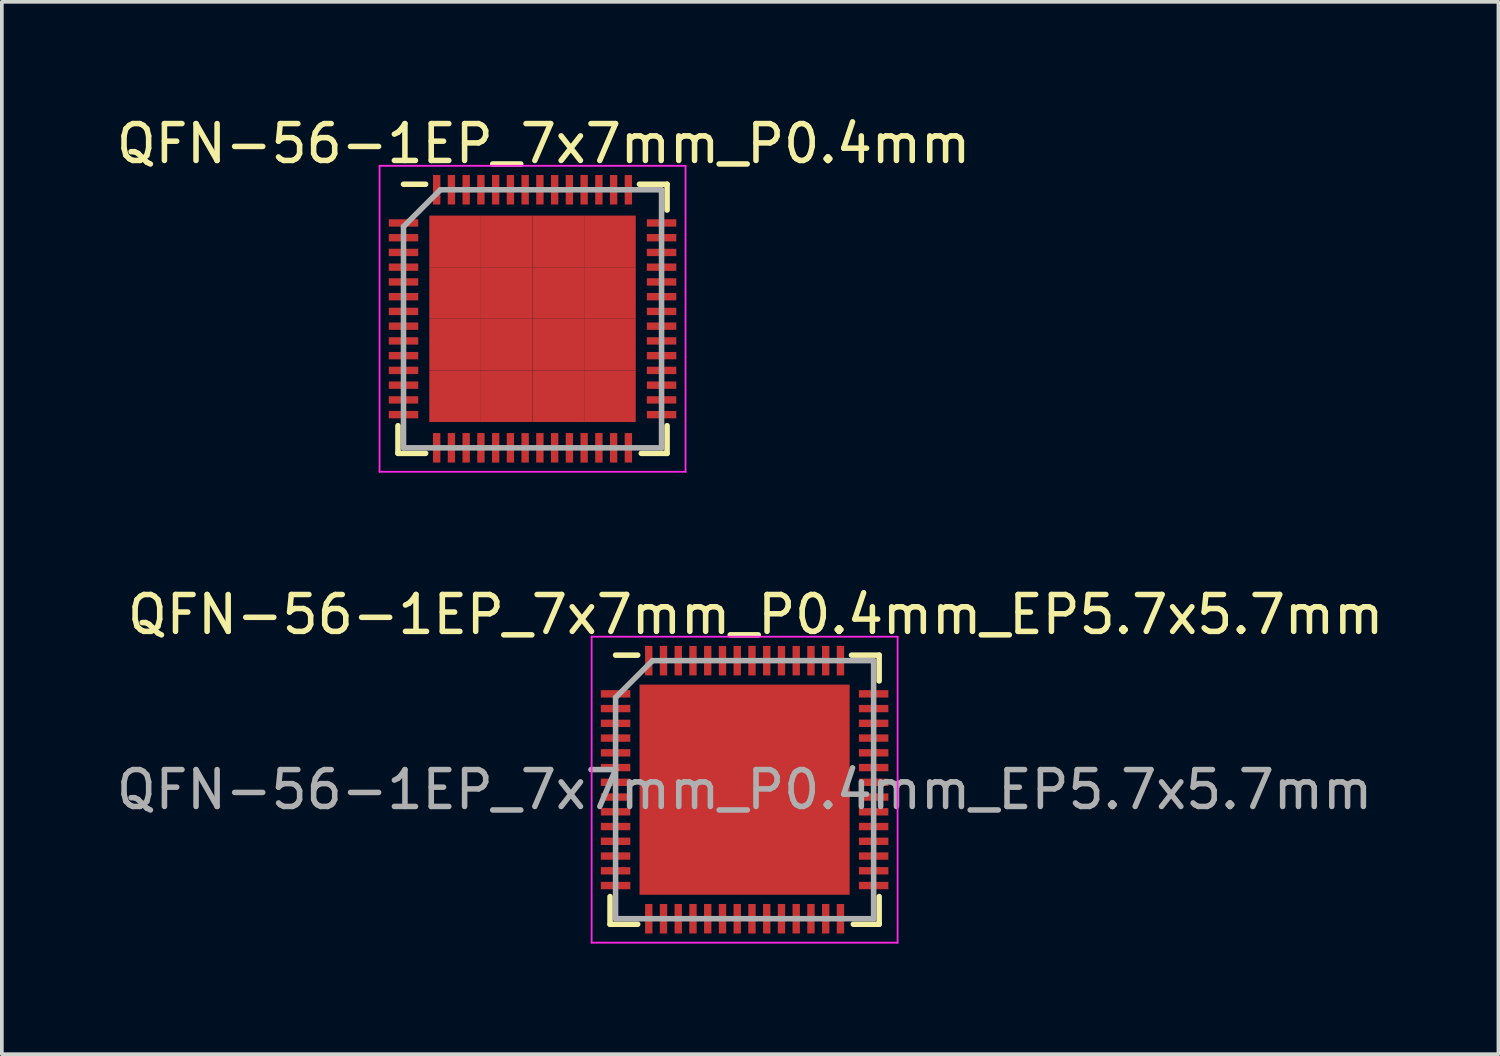
<source format=kicad_pcb>
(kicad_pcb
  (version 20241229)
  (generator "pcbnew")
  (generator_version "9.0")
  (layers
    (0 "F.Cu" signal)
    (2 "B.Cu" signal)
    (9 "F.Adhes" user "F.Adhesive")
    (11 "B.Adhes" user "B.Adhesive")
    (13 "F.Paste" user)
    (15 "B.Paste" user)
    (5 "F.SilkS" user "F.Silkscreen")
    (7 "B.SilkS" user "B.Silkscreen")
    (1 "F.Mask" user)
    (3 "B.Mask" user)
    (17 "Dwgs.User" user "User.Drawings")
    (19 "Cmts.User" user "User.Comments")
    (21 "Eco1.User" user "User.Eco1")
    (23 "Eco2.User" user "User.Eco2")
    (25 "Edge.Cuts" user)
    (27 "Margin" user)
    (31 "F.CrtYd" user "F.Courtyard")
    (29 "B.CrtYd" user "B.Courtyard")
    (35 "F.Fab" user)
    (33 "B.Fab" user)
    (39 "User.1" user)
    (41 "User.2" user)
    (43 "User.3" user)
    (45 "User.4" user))
  (footprint "QFN-56-1EP_7x7mm_P0.4mm_EP5.7x5.7mm"
    (layer "F.Cu")
    (at 17.149 18.372)
    (property "Reference" "QFN-56-1EP_7x7mm_P0.4mm_EP5.7x5.7mm" (at 0.3 -4.75 0) (layer "F.SilkS") (effects (font (size 1 1) (thickness 0.15))))
    (attr smd)
    (fp_line (start -3.65 2.9) (end -3.65 3.65) (stroke (width 0.15) (type solid)) (layer "F.SilkS"))
    (fp_line (start -3.65 3.65) (end -2.9 3.65) (stroke (width 0.15) (type solid)) (layer "F.SilkS"))
    (fp_line (start -3.5 -3.65) (end -2.9 -3.65) (stroke (width 0.15) (type solid)) (layer "F.SilkS"))
    (fp_line (start 3.65 -3.65) (end 2.9 -3.65) (stroke (width 0.15) (type solid)) (layer "F.SilkS"))
    (fp_line (start 3.65 -3.65) (end 3.65 -2.95) (stroke (width 0.15) (type solid)) (layer "F.SilkS"))
    (fp_line (start 3.65 2.9) (end 3.65 3.65) (stroke (width 0.15) (type solid)) (layer "F.SilkS"))
    (fp_line (start 3.65 3.65) (end 2.95 3.65) (stroke (width 0.15) (type solid)) (layer "F.SilkS"))
    (fp_line (start -4.15 -4.15) (end -4.15 4.15) (stroke (width 0.05) (type solid)) (layer "F.CrtYd"))
    (fp_line (start -4.15 -4.15) (end 4.15 -4.15) (stroke (width 0.05) (type solid)) (layer "F.CrtYd"))
    (fp_line (start -4.15 4.15) (end 4.15 4.15) (stroke (width 0.05) (type solid)) (layer "F.CrtYd"))
    (fp_line (start 4.15 -4.15) (end 4.15 4.15) (stroke (width 0.05) (type solid)) (layer "F.CrtYd"))
    (fp_line (start -3.5 -2.5) (end -2.5 -3.5) (stroke (width 0.15) (type solid)) (layer "F.Fab"))
    (fp_line (start -3.5 3.5) (end -3.5 -2.5) (stroke (width 0.15) (type solid)) (layer "F.Fab"))
    (fp_line (start -2.5 -3.5) (end 3.5 -3.5) (stroke (width 0.15) (type solid)) (layer "F.Fab"))
    (fp_line (start 3.5 -3.5) (end 3.5 3.5) (stroke (width 0.15) (type solid)) (layer "F.Fab"))
    (fp_line (start 3.5 3.5) (end -3.5 3.5) (stroke (width 0.15) (type solid)) (layer "F.Fab"))
    (fp_text user "${REFERENCE}" (at 0 0 0) (layer "F.Fab") (effects (font (size 1 1) (thickness 0.15))))
    (pad "" smd rect (at -2.24 -2.24) (size 0.9 0.9) (layers "F.Paste"))
    (pad "" smd rect (at -2.24 -1.12) (size 0.9 0.9) (layers "F.Paste"))
    (pad "" smd rect (at -2.24 0) (size 0.9 0.9) (layers "F.Paste"))
    (pad "" smd rect (at -2.24 1.12) (size 0.9 0.9) (layers "F.Paste"))
    (pad "" smd rect (at -2.24 2.24) (size 0.9 0.9) (layers "F.Paste"))
    (pad "" smd rect (at -1.12 -2.24) (size 0.9 0.9) (layers "F.Paste"))
    (pad "" smd rect (at -1.12 -1.12) (size 0.9 0.9) (layers "F.Paste"))
    (pad "" smd rect (at -1.12 0) (size 0.9 0.9) (layers "F.Paste"))
    (pad "" smd rect (at -1.12 1.12) (size 0.9 0.9) (layers "F.Paste"))
    (pad "" smd rect (at -1.12 2.24) (size 0.9 0.9) (layers "F.Paste"))
    (pad "" smd rect (at 0 -2.24) (size 0.9 0.9) (layers "F.Paste"))
    (pad "" smd rect (at 0 -1.12) (size 0.9 0.9) (layers "F.Paste"))
    (pad "" smd rect (at 0 0) (size 0.9 0.9) (layers "F.Paste"))
    (pad "" smd rect (at 0 1.12) (size 0.9 0.9) (layers "F.Paste"))
    (pad "" smd rect (at 0 2.24) (size 0.9 0.9) (layers "F.Paste"))
    (pad "" smd rect (at 1.12 -2.24) (size 0.9 0.9) (layers "F.Paste"))
    (pad "" smd rect (at 1.12 -1.12) (size 0.9 0.9) (layers "F.Paste"))
    (pad "" smd rect (at 1.12 0) (size 0.9 0.9) (layers "F.Paste"))
    (pad "" smd rect (at 1.12 1.12) (size 0.9 0.9) (layers "F.Paste"))
    (pad "" smd rect (at 1.12 2.24) (size 0.9 0.9) (layers "F.Paste"))
    (pad "" smd rect (at 2.24 -2.24) (size 0.9 0.9) (layers "F.Paste"))
    (pad "" smd rect (at 2.24 -1.12) (size 0.9 0.9) (layers "F.Paste"))
    (pad "" smd rect (at 2.24 0) (size 0.9 0.9) (layers "F.Paste"))
    (pad "" smd rect (at 2.24 1.12) (size 0.9 0.9) (layers "F.Paste"))
    (pad "" smd rect (at 2.24 2.24) (size 0.9 0.9) (layers "F.Paste"))
    (pad "1" smd rect (at -3.5 -2.6) (size 0.8 0.2) (layers "F.Cu" "F.Mask" "F.Paste"))
    (pad "2" smd rect (at -3.5 -2.2) (size 0.8 0.2) (layers "F.Cu" "F.Mask" "F.Paste"))
    (pad "3" smd rect (at -3.5 -1.8) (size 0.8 0.2) (layers "F.Cu" "F.Mask" "F.Paste"))
    (pad "4" smd rect (at -3.5 -1.4) (size 0.8 0.2) (layers "F.Cu" "F.Mask" "F.Paste"))
    (pad "5" smd rect (at -3.5 -1) (size 0.8 0.2) (layers "F.Cu" "F.Mask" "F.Paste"))
    (pad "6" smd rect (at -3.5 -0.6) (size 0.8 0.2) (layers "F.Cu" "F.Mask" "F.Paste"))
    (pad "7" smd rect (at -3.5 -0.2) (size 0.8 0.2) (layers "F.Cu" "F.Mask" "F.Paste"))
    (pad "8" smd rect (at -3.5 0.2) (size 0.8 0.2) (layers "F.Cu" "F.Mask" "F.Paste"))
    (pad "9" smd rect (at -3.5 0.6) (size 0.8 0.2) (layers "F.Cu" "F.Mask" "F.Paste"))
    (pad "10" smd rect (at -3.5 1) (size 0.8 0.2) (layers "F.Cu" "F.Mask" "F.Paste"))
    (pad "11" smd rect (at -3.5 1.4) (size 0.8 0.2) (layers "F.Cu" "F.Mask" "F.Paste"))
    (pad "12" smd rect (at -3.5 1.8) (size 0.8 0.2) (layers "F.Cu" "F.Mask" "F.Paste"))
    (pad "13" smd rect (at -3.5 2.2) (size 0.8 0.2) (layers "F.Cu" "F.Mask" "F.Paste"))
    (pad "14" smd rect (at -3.5 2.6) (size 0.8 0.2) (layers "F.Cu" "F.Mask" "F.Paste"))
    (pad "15" smd rect (at -2.6 3.5 90) (size 0.8 0.2) (layers "F.Cu" "F.Mask" "F.Paste"))
    (pad "16" smd rect (at -2.2 3.5 90) (size 0.8 0.2) (layers "F.Cu" "F.Mask" "F.Paste"))
    (pad "17" smd rect (at -1.8 3.5 90) (size 0.8 0.2) (layers "F.Cu" "F.Mask" "F.Paste"))
    (pad "18" smd rect (at -1.4 3.5 90) (size 0.8 0.2) (layers "F.Cu" "F.Mask" "F.Paste"))
    (pad "19" smd rect (at -1 3.5 90) (size 0.8 0.2) (layers "F.Cu" "F.Mask" "F.Paste"))
    (pad "20" smd rect (at -0.6 3.5 90) (size 0.8 0.2) (layers "F.Cu" "F.Mask" "F.Paste"))
    (pad "21" smd rect (at -0.2 3.5 90) (size 0.8 0.2) (layers "F.Cu" "F.Mask" "F.Paste"))
    (pad "22" smd rect (at 0.2 3.5 90) (size 0.8 0.2) (layers "F.Cu" "F.Mask" "F.Paste"))
    (pad "23" smd rect (at 0.6 3.5 90) (size 0.8 0.2) (layers "F.Cu" "F.Mask" "F.Paste"))
    (pad "24" smd rect (at 1 3.5 90) (size 0.8 0.2) (layers "F.Cu" "F.Mask" "F.Paste"))
    (pad "25" smd rect (at 1.4 3.5 90) (size 0.8 0.2) (layers "F.Cu" "F.Mask" "F.Paste"))
    (pad "26" smd rect (at 1.8 3.5 90) (size 0.8 0.2) (layers "F.Cu" "F.Mask" "F.Paste"))
    (pad "27" smd rect (at 2.2 3.5 90) (size 0.8 0.2) (layers "F.Cu" "F.Mask" "F.Paste"))
    (pad "28" smd rect (at 2.6 3.5 90) (size 0.8 0.2) (layers "F.Cu" "F.Mask" "F.Paste"))
    (pad "29" smd rect (at 3.5 2.6) (size 0.8 0.2) (layers "F.Cu" "F.Mask" "F.Paste"))
    (pad "30" smd rect (at 3.5 2.2) (size 0.8 0.2) (layers "F.Cu" "F.Mask" "F.Paste"))
    (pad "31" smd rect (at 3.5 1.8) (size 0.8 0.2) (layers "F.Cu" "F.Mask" "F.Paste"))
    (pad "32" smd rect (at 3.5 1.4) (size 0.8 0.2) (layers "F.Cu" "F.Mask" "F.Paste"))
    (pad "33" smd rect (at 3.5 1) (size 0.8 0.2) (layers "F.Cu" "F.Mask" "F.Paste"))
    (pad "34" smd rect (at 3.5 0.6) (size 0.8 0.2) (layers "F.Cu" "F.Mask" "F.Paste"))
    (pad "35" smd rect (at 3.5 0.2) (size 0.8 0.2) (layers "F.Cu" "F.Mask" "F.Paste"))
    (pad "36" smd rect (at 3.5 -0.2) (size 0.8 0.2) (layers "F.Cu" "F.Mask" "F.Paste"))
    (pad "37" smd rect (at 3.5 -0.6) (size 0.8 0.2) (layers "F.Cu" "F.Mask" "F.Paste"))
    (pad "38" smd rect (at 3.5 -1) (size 0.8 0.2) (layers "F.Cu" "F.Mask" "F.Paste"))
    (pad "39" smd rect (at 3.5 -1.4) (size 0.8 0.2) (layers "F.Cu" "F.Mask" "F.Paste"))
    (pad "40" smd rect (at 3.5 -1.8) (size 0.8 0.2) (layers "F.Cu" "F.Mask" "F.Paste"))
    (pad "41" smd rect (at 3.5 -2.2) (size 0.8 0.2) (layers "F.Cu" "F.Mask" "F.Paste"))
    (pad "42" smd rect (at 3.5 -2.6) (size 0.8 0.2) (layers "F.Cu" "F.Mask" "F.Paste"))
    (pad "43" smd rect (at 2.6 -3.5 90) (size 0.8 0.2) (layers "F.Cu" "F.Mask" "F.Paste"))
    (pad "44" smd rect (at 2.2 -3.5 90) (size 0.8 0.2) (layers "F.Cu" "F.Mask" "F.Paste"))
    (pad "45" smd rect (at 1.8 -3.5 90) (size 0.8 0.2) (layers "F.Cu" "F.Mask" "F.Paste"))
    (pad "46" smd rect (at 1.4 -3.5 90) (size 0.8 0.2) (layers "F.Cu" "F.Mask" "F.Paste"))
    (pad "47" smd rect (at 1 -3.5 90) (size 0.8 0.2) (layers "F.Cu" "F.Mask" "F.Paste"))
    (pad "48" smd rect (at 0.6 -3.5 90) (size 0.8 0.2) (layers "F.Cu" "F.Mask" "F.Paste"))
    (pad "49" smd rect (at 0.2 -3.5 90) (size 0.8 0.2) (layers "F.Cu" "F.Mask" "F.Paste"))
    (pad "50" smd rect (at -0.2 -3.5 90) (size 0.8 0.2) (layers "F.Cu" "F.Mask" "F.Paste"))
    (pad "51" smd rect (at -0.6 -3.5 90) (size 0.8 0.2) (layers "F.Cu" "F.Mask" "F.Paste"))
    (pad "52" smd rect (at -1 -3.5 90) (size 0.8 0.2) (layers "F.Cu" "F.Mask" "F.Paste"))
    (pad "53" smd rect (at -1.4 -3.5 90) (size 0.8 0.2) (layers "F.Cu" "F.Mask" "F.Paste"))
    (pad "54" smd rect (at -1.8 -3.5 90) (size 0.8 0.2) (layers "F.Cu" "F.Mask" "F.Paste"))
    (pad "55" smd rect (at -2.2 -3.5 90) (size 0.8 0.2) (layers "F.Cu" "F.Mask" "F.Paste"))
    (pad "56" smd rect (at -2.6 -3.5 90) (size 0.8 0.2) (layers "F.Cu" "F.Mask" "F.Paste"))
    (pad "57" smd rect (at 0 0) (size 5.7 5.7) (layers "F.Cu" "F.Mask")))
  (footprint "QFN-56-1EP_7x7mm_P0.4mm"
    (layer "F.Cu")
    (at 11.396 5.598)
    (property "Reference" "QFN-56-1EP_7x7mm_P0.4mm" (at 0.3 -4.75 0) (layer "F.SilkS") (effects (font (size 1 1) (thickness 0.15))))
    (attr smd)
    (fp_line (start -3.65 2.9) (end -3.65 3.65) (stroke (width 0.15) (type solid)) (layer "F.SilkS"))
    (fp_line (start -3.65 3.65) (end -2.9 3.65) (stroke (width 0.15) (type solid)) (layer "F.SilkS"))
    (fp_line (start -3.5 -3.65) (end -2.9 -3.65) (stroke (width 0.15) (type solid)) (layer "F.SilkS"))
    (fp_line (start 3.65 -3.65) (end 2.9 -3.65) (stroke (width 0.15) (type solid)) (layer "F.SilkS"))
    (fp_line (start 3.65 -3.65) (end 3.65 -2.95) (stroke (width 0.15) (type solid)) (layer "F.SilkS"))
    (fp_line (start 3.65 2.9) (end 3.65 3.65) (stroke (width 0.15) (type solid)) (layer "F.SilkS"))
    (fp_line (start 3.65 3.65) (end 2.95 3.65) (stroke (width 0.15) (type solid)) (layer "F.SilkS"))
    (fp_line (start -4.15 -4.15) (end -4.15 4.15) (stroke (width 0.05) (type solid)) (layer "F.CrtYd"))
    (fp_line (start -4.15 -4.15) (end 4.15 -4.15) (stroke (width 0.05) (type solid)) (layer "F.CrtYd"))
    (fp_line (start -4.15 4.15) (end 4.15 4.15) (stroke (width 0.05) (type solid)) (layer "F.CrtYd"))
    (fp_line (start 4.15 -4.15) (end 4.15 4.15) (stroke (width 0.05) (type solid)) (layer "F.CrtYd"))
    (fp_line (start -3.5 -2.5) (end -2.5 -3.5) (stroke (width 0.15) (type solid)) (layer "F.Fab"))
    (fp_line (start -3.5 3.5) (end -3.5 -2.5) (stroke (width 0.15) (type solid)) (layer "F.Fab"))
    (fp_line (start -2.5 -3.5) (end 3.5 -3.5) (stroke (width 0.15) (type solid)) (layer "F.Fab"))
    (fp_line (start 3.5 -3.5) (end 3.5 3.5) (stroke (width 0.15) (type solid)) (layer "F.Fab"))
    (fp_line (start 3.5 3.5) (end -3.5 3.5) (stroke (width 0.15) (type solid)) (layer "F.Fab"))
    (pad "1" smd rect (at -3.5 -2.6) (size 0.8 0.2) (layers "F.Cu" "F.Mask" "F.Paste"))
    (pad "2" smd rect (at -3.5 -2.2) (size 0.8 0.2) (layers "F.Cu" "F.Mask" "F.Paste"))
    (pad "3" smd rect (at -3.5 -1.8) (size 0.8 0.2) (layers "F.Cu" "F.Mask" "F.Paste"))
    (pad "4" smd rect (at -3.5 -1.4) (size 0.8 0.2) (layers "F.Cu" "F.Mask" "F.Paste"))
    (pad "5" smd rect (at -3.5 -1) (size 0.8 0.2) (layers "F.Cu" "F.Mask" "F.Paste"))
    (pad "6" smd rect (at -3.5 -0.6) (size 0.8 0.2) (layers "F.Cu" "F.Mask" "F.Paste"))
    (pad "7" smd rect (at -3.5 -0.2) (size 0.8 0.2) (layers "F.Cu" "F.Mask" "F.Paste"))
    (pad "8" smd rect (at -3.5 0.2) (size 0.8 0.2) (layers "F.Cu" "F.Mask" "F.Paste"))
    (pad "9" smd rect (at -3.5 0.6) (size 0.8 0.2) (layers "F.Cu" "F.Mask" "F.Paste"))
    (pad "10" smd rect (at -3.5 1) (size 0.8 0.2) (layers "F.Cu" "F.Mask" "F.Paste"))
    (pad "11" smd rect (at -3.5 1.4) (size 0.8 0.2) (layers "F.Cu" "F.Mask" "F.Paste"))
    (pad "12" smd rect (at -3.5 1.8) (size 0.8 0.2) (layers "F.Cu" "F.Mask" "F.Paste"))
    (pad "13" smd rect (at -3.5 2.2) (size 0.8 0.2) (layers "F.Cu" "F.Mask" "F.Paste"))
    (pad "14" smd rect (at -3.5 2.6) (size 0.8 0.2) (layers "F.Cu" "F.Mask" "F.Paste"))
    (pad "15" smd rect (at -2.6 3.5 90) (size 0.8 0.2) (layers "F.Cu" "F.Mask" "F.Paste"))
    (pad "16" smd rect (at -2.2 3.5 90) (size 0.8 0.2) (layers "F.Cu" "F.Mask" "F.Paste"))
    (pad "17" smd rect (at -1.8 3.5 90) (size 0.8 0.2) (layers "F.Cu" "F.Mask" "F.Paste"))
    (pad "18" smd rect (at -1.4 3.5 90) (size 0.8 0.2) (layers "F.Cu" "F.Mask" "F.Paste"))
    (pad "19" smd rect (at -1 3.5 90) (size 0.8 0.2) (layers "F.Cu" "F.Mask" "F.Paste"))
    (pad "20" smd rect (at -0.6 3.5 90) (size 0.8 0.2) (layers "F.Cu" "F.Mask" "F.Paste"))
    (pad "21" smd rect (at -0.2 3.5 90) (size 0.8 0.2) (layers "F.Cu" "F.Mask" "F.Paste"))
    (pad "22" smd rect (at 0.2 3.5 90) (size 0.8 0.2) (layers "F.Cu" "F.Mask" "F.Paste"))
    (pad "23" smd rect (at 0.6 3.5 90) (size 0.8 0.2) (layers "F.Cu" "F.Mask" "F.Paste"))
    (pad "24" smd rect (at 1 3.5 90) (size 0.8 0.2) (layers "F.Cu" "F.Mask" "F.Paste"))
    (pad "25" smd rect (at 1.4 3.5 90) (size 0.8 0.2) (layers "F.Cu" "F.Mask" "F.Paste"))
    (pad "26" smd rect (at 1.8 3.5 90) (size 0.8 0.2) (layers "F.Cu" "F.Mask" "F.Paste"))
    (pad "27" smd rect (at 2.2 3.5 90) (size 0.8 0.2) (layers "F.Cu" "F.Mask" "F.Paste"))
    (pad "28" smd rect (at 2.6 3.5 90) (size 0.8 0.2) (layers "F.Cu" "F.Mask" "F.Paste"))
    (pad "29" smd rect (at 3.5 2.6) (size 0.8 0.2) (layers "F.Cu" "F.Mask" "F.Paste"))
    (pad "30" smd rect (at 3.5 2.2) (size 0.8 0.2) (layers "F.Cu" "F.Mask" "F.Paste"))
    (pad "31" smd rect (at 3.5 1.8) (size 0.8 0.2) (layers "F.Cu" "F.Mask" "F.Paste"))
    (pad "32" smd rect (at 3.5 1.4) (size 0.8 0.2) (layers "F.Cu" "F.Mask" "F.Paste"))
    (pad "33" smd rect (at 3.5 1) (size 0.8 0.2) (layers "F.Cu" "F.Mask" "F.Paste"))
    (pad "34" smd rect (at 3.5 0.6) (size 0.8 0.2) (layers "F.Cu" "F.Mask" "F.Paste"))
    (pad "35" smd rect (at 3.5 0.2) (size 0.8 0.2) (layers "F.Cu" "F.Mask" "F.Paste"))
    (pad "36" smd rect (at 3.5 -0.2) (size 0.8 0.2) (layers "F.Cu" "F.Mask" "F.Paste"))
    (pad "37" smd rect (at 3.5 -0.6) (size 0.8 0.2) (layers "F.Cu" "F.Mask" "F.Paste"))
    (pad "38" smd rect (at 3.5 -1) (size 0.8 0.2) (layers "F.Cu" "F.Mask" "F.Paste"))
    (pad "39" smd rect (at 3.5 -1.4) (size 0.8 0.2) (layers "F.Cu" "F.Mask" "F.Paste"))
    (pad "40" smd rect (at 3.5 -1.8) (size 0.8 0.2) (layers "F.Cu" "F.Mask" "F.Paste"))
    (pad "41" smd rect (at 3.5 -2.2) (size 0.8 0.2) (layers "F.Cu" "F.Mask" "F.Paste"))
    (pad "42" smd rect (at 3.5 -2.6) (size 0.8 0.2) (layers "F.Cu" "F.Mask" "F.Paste"))
    (pad "43" smd rect (at 2.6 -3.5 90) (size 0.8 0.2) (layers "F.Cu" "F.Mask" "F.Paste"))
    (pad "44" smd rect (at 2.2 -3.5 90) (size 0.8 0.2) (layers "F.Cu" "F.Mask" "F.Paste"))
    (pad "45" smd rect (at 1.8 -3.5 90) (size 0.8 0.2) (layers "F.Cu" "F.Mask" "F.Paste"))
    (pad "46" smd rect (at 1.4 -3.5 90) (size 0.8 0.2) (layers "F.Cu" "F.Mask" "F.Paste"))
    (pad "47" smd rect (at 1 -3.5 90) (size 0.8 0.2) (layers "F.Cu" "F.Mask" "F.Paste"))
    (pad "48" smd rect (at 0.6 -3.5 90) (size 0.8 0.2) (layers "F.Cu" "F.Mask" "F.Paste"))
    (pad "49" smd rect (at 0.2 -3.5 90) (size 0.8 0.2) (layers "F.Cu" "F.Mask" "F.Paste"))
    (pad "50" smd rect (at -0.2 -3.5 90) (size 0.8 0.2) (layers "F.Cu" "F.Mask" "F.Paste"))
    (pad "51" smd rect (at -0.6 -3.5 90) (size 0.8 0.2) (layers "F.Cu" "F.Mask" "F.Paste"))
    (pad "52" smd rect (at -1 -3.5 90) (size 0.8 0.2) (layers "F.Cu" "F.Mask" "F.Paste"))
    (pad "53" smd rect (at -1.4 -3.5 90) (size 0.8 0.2) (layers "F.Cu" "F.Mask" "F.Paste"))
    (pad "54" smd rect (at -1.8 -3.5 90) (size 0.8 0.2) (layers "F.Cu" "F.Mask" "F.Paste"))
    (pad "55" smd rect (at -2.2 -3.5 90) (size 0.8 0.2) (layers "F.Cu" "F.Mask" "F.Paste"))
    (pad "56" smd rect (at -2.6 -3.5 90) (size 0.8 0.2) (layers "F.Cu" "F.Mask" "F.Paste"))
    (pad "57" smd rect (at -2.1 -2.1) (size 1.4 1.4) (layers "F.Cu" "F.Mask" "F.Paste"))
    (pad "57" smd rect (at -2.1 -0.7) (size 1.4 1.4) (layers "F.Cu" "F.Mask" "F.Paste"))
    (pad "57" smd rect (at -2.1 0.7) (size 1.4 1.4) (layers "F.Cu" "F.Mask" "F.Paste"))
    (pad "57" smd rect (at -2.1 2.1) (size 1.4 1.4) (layers "F.Cu" "F.Mask" "F.Paste"))
    (pad "57" smd rect (at -0.7 -2.1) (size 1.4 1.4) (layers "F.Cu" "F.Mask" "F.Paste"))
    (pad "57" smd rect (at -0.7 -0.7) (size 1.4 1.4) (layers "F.Cu" "F.Mask" "F.Paste"))
    (pad "57" smd rect (at -0.7 0.7) (size 1.4 1.4) (layers "F.Cu" "F.Mask" "F.Paste"))
    (pad "57" smd rect (at -0.7 2.1) (size 1.4 1.4) (layers "F.Cu" "F.Mask" "F.Paste"))
    (pad "57" smd rect (at 0.7 -2.1) (size 1.4 1.4) (layers "F.Cu" "F.Mask" "F.Paste"))
    (pad "57" smd rect (at 0.7 -0.7) (size 1.4 1.4) (layers "F.Cu" "F.Mask" "F.Paste"))
    (pad "57" smd rect (at 0.7 0.7) (size 1.4 1.4) (layers "F.Cu" "F.Mask" "F.Paste"))
    (pad "57" smd rect (at 0.7 2.1) (size 1.4 1.4) (layers "F.Cu" "F.Mask" "F.Paste"))
    (pad "57" smd rect (at 2.1 -2.1) (size 1.4 1.4) (layers "F.Cu" "F.Mask" "F.Paste"))
    (pad "57" smd rect (at 2.1 -0.7) (size 1.4 1.4) (layers "F.Cu" "F.Mask" "F.Paste"))
    (pad "57" smd rect (at 2.1 0.7) (size 1.4 1.4) (layers "F.Cu" "F.Mask" "F.Paste"))
    (pad "57" smd rect (at 2.1 2.1) (size 1.4 1.4) (layers "F.Cu" "F.Mask" "F.Paste")))
  (gr_rect
    (start -3 -3)
    (end 37.598 25.547)
    (stroke (width 0.1) (type default))
    (fill no)
    (layer "Edge.Cuts")))
</source>
